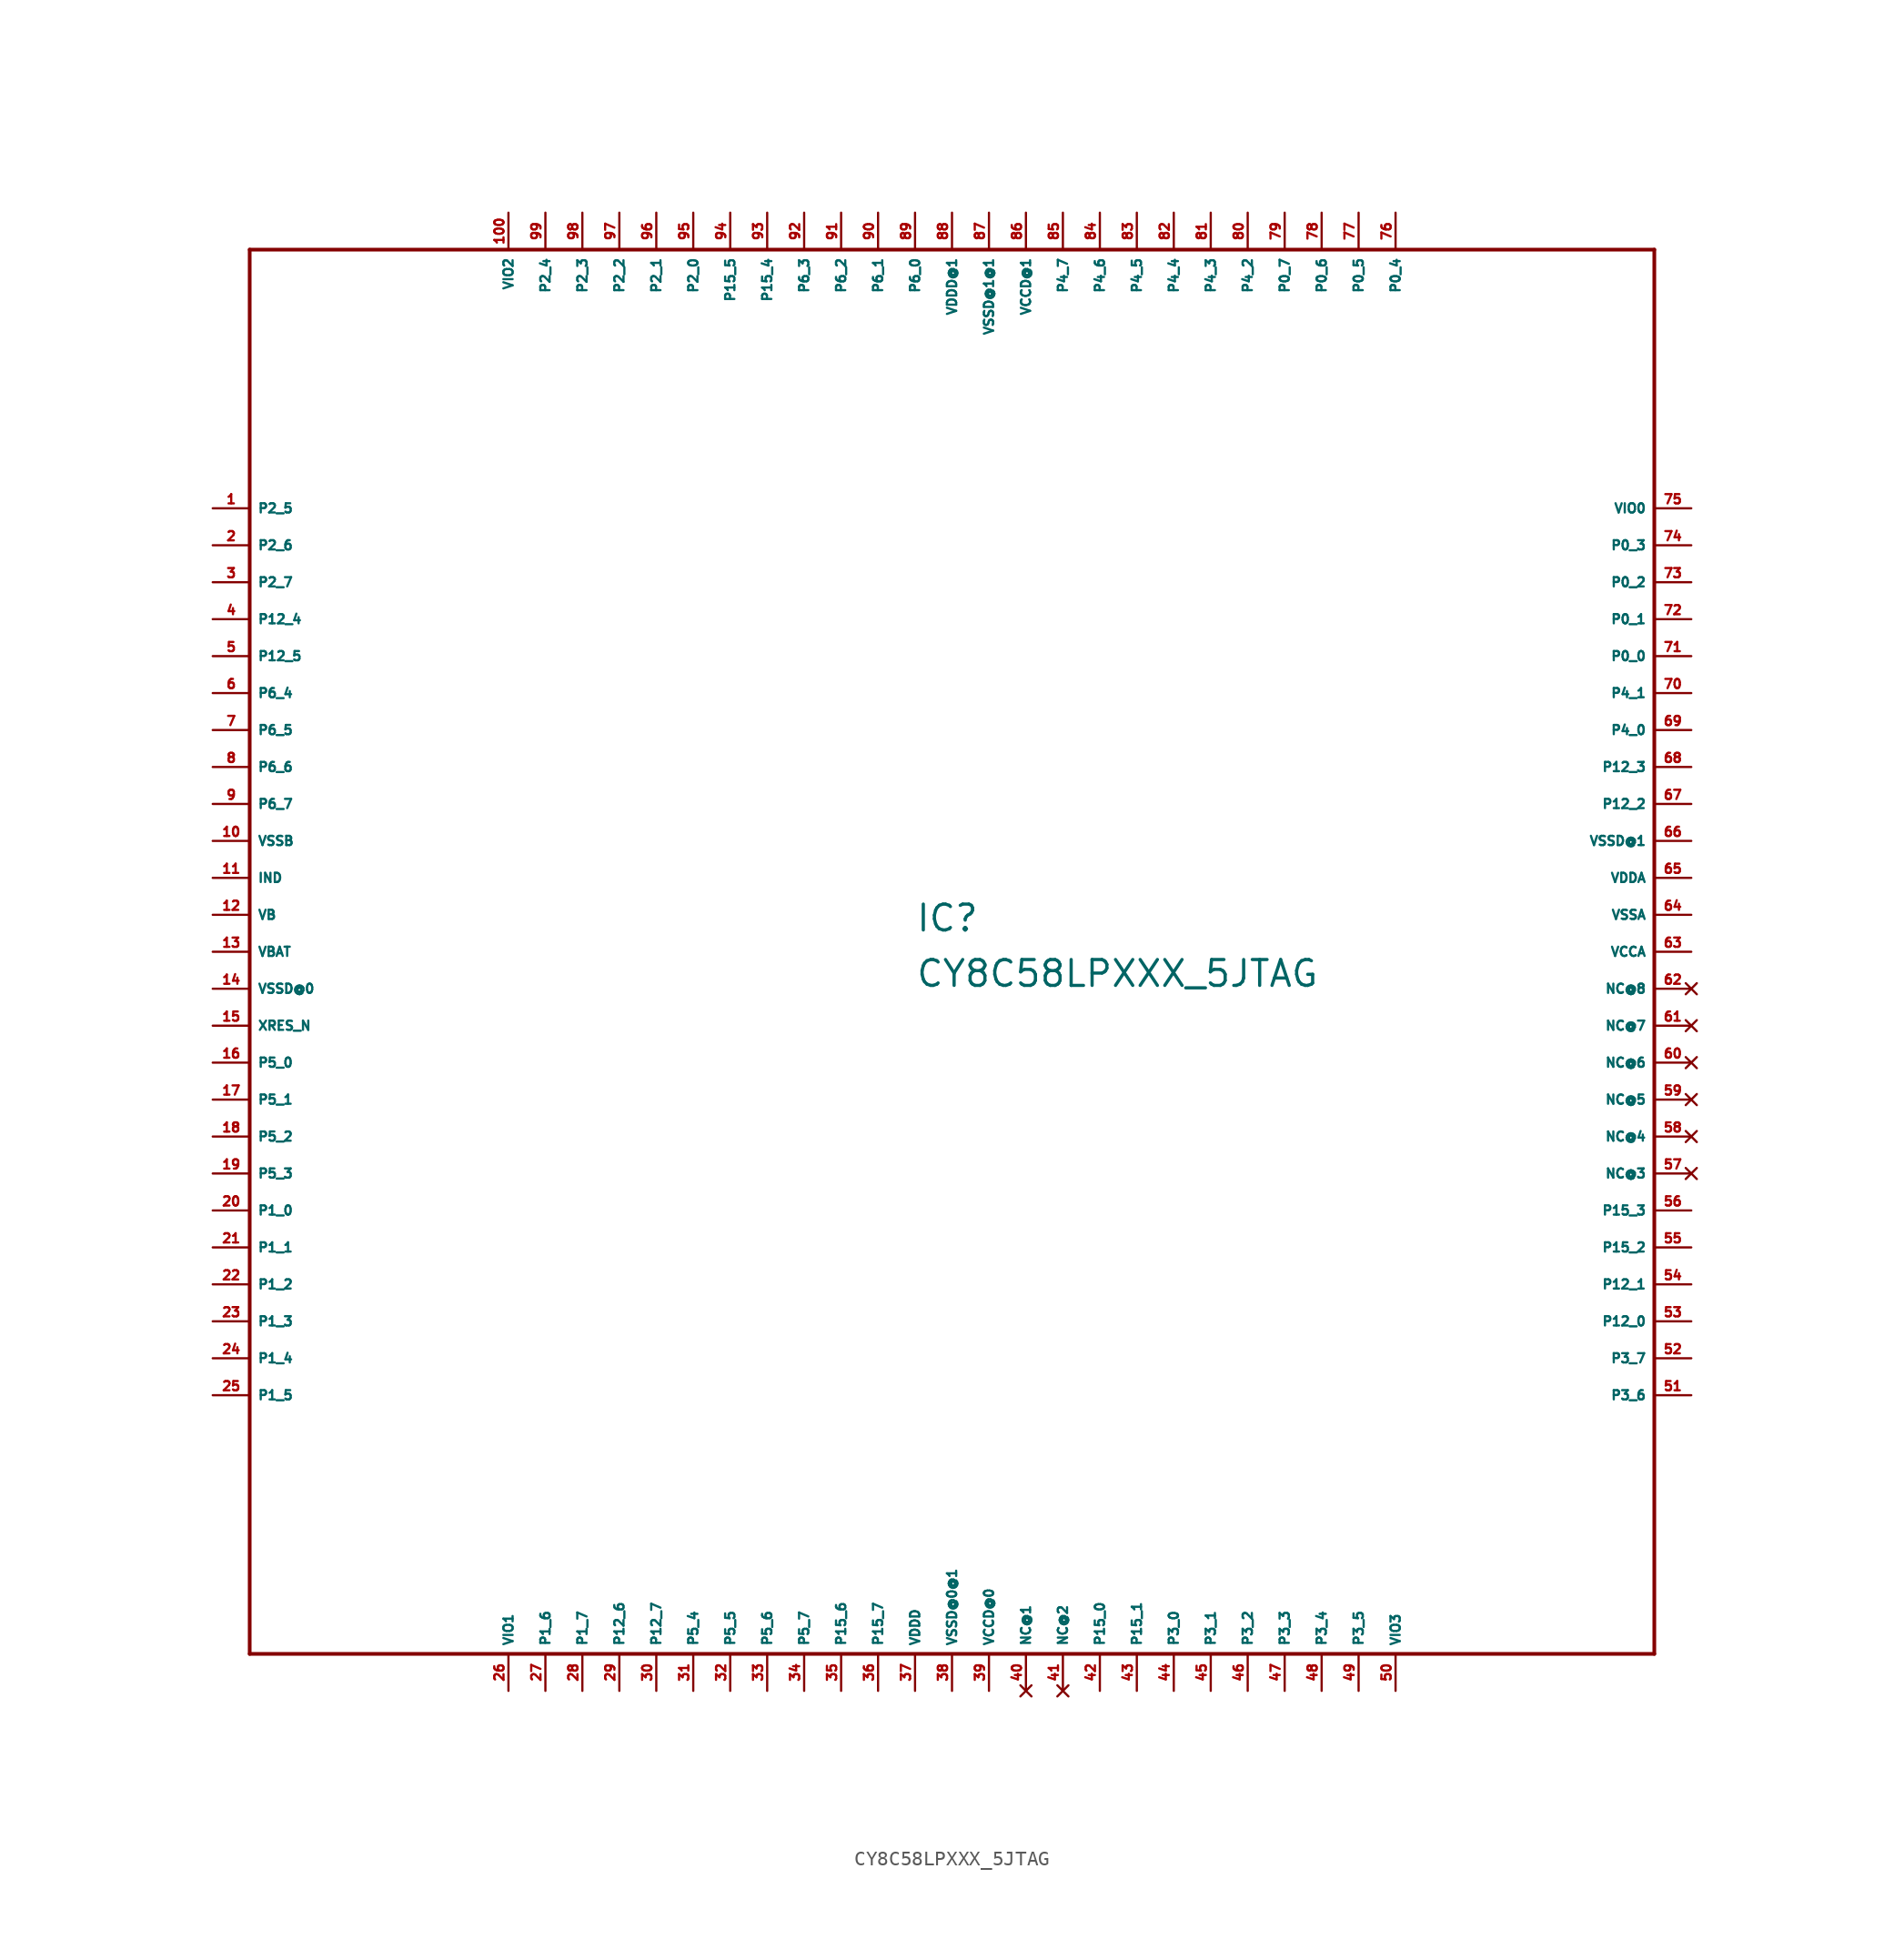
<source format=kicad_sym>
(kicad_symbol_lib
  (version 20220914)
  (generator Eagle2Kicad)
  (symbol "CY8C58LPXXX_5JTAG"
    (property "Reference" "IC"
      (at -2.54 1.27 0)
      (effects (font (size 1.778 1.778) (thickness 0.22)) (justify left bottom)))
    (property "Value" "CY8C58LPXXX_5JTAG"
      (at -2.54 -2.54 0)
      (effects (font (size 1.778 1.778) (thickness 0.22)) (justify left bottom)))
    (polyline
      (pts (xy -48.26 -48.26) (xy 48.26 -48.26))
      (stroke (width 0.254) (type default))
      (fill (type none)))
    (polyline
      (pts (xy 48.26 -48.26) (xy 48.26 48.26))
      (stroke (width 0.254) (type default))
      (fill (type none)))
    (polyline
      (pts (xy 48.26 48.26) (xy -48.26 48.26))
      (stroke (width 0.254) (type default))
      (fill (type none)))
    (polyline
      (pts (xy -48.26 48.26) (xy -48.26 -48.26))
      (stroke (width 0.254) (type default))
      (fill (type none)))
    (pin bidirectional line
      (at -50.8 30.48 0)
      (length 2.54)
      (name "P2_5" (effects (font (size 0.635 0.635) (thickness 0.08)) (justify left bottom)))
      (number "1" (effects (font (size 0.635 0.635) (thickness 0.08)) (justify left bottom))))
    (pin bidirectional line
      (at -50.8 27.94 0)
      (length 2.54)
      (name "P2_6" (effects (font (size 0.635 0.635) (thickness 0.08)) (justify left bottom)))
      (number "2" (effects (font (size 0.635 0.635) (thickness 0.08)) (justify left bottom))))
    (pin bidirectional line
      (at -50.8 25.4 0)
      (length 2.54)
      (name "P2_7" (effects (font (size 0.635 0.635) (thickness 0.08)) (justify left bottom)))
      (number "3" (effects (font (size 0.635 0.635) (thickness 0.08)) (justify left bottom))))
    (pin bidirectional line
      (at -50.8 22.86 0)
      (length 2.54)
      (name "P12_4" (effects (font (size 0.635 0.635) (thickness 0.08)) (justify left bottom)))
      (number "4" (effects (font (size 0.635 0.635) (thickness 0.08)) (justify left bottom))))
    (pin bidirectional line
      (at -50.8 20.32 0)
      (length 2.54)
      (name "P12_5" (effects (font (size 0.635 0.635) (thickness 0.08)) (justify left bottom)))
      (number "5" (effects (font (size 0.635 0.635) (thickness 0.08)) (justify left bottom))))
    (pin bidirectional line
      (at -50.8 17.78 0)
      (length 2.54)
      (name "P6_4" (effects (font (size 0.635 0.635) (thickness 0.08)) (justify left bottom)))
      (number "6" (effects (font (size 0.635 0.635) (thickness 0.08)) (justify left bottom))))
    (pin bidirectional line
      (at -50.8 15.24 0)
      (length 2.54)
      (name "P6_5" (effects (font (size 0.635 0.635) (thickness 0.08)) (justify left bottom)))
      (number "7" (effects (font (size 0.635 0.635) (thickness 0.08)) (justify left bottom))))
    (pin bidirectional line
      (at -50.8 12.7 0)
      (length 2.54)
      (name "P6_6" (effects (font (size 0.635 0.635) (thickness 0.08)) (justify left bottom)))
      (number "8" (effects (font (size 0.635 0.635) (thickness 0.08)) (justify left bottom))))
    (pin bidirectional line
      (at -50.8 10.16 0)
      (length 2.54)
      (name "P6_7" (effects (font (size 0.635 0.635) (thickness 0.08)) (justify left bottom)))
      (number "9" (effects (font (size 0.635 0.635) (thickness 0.08)) (justify left bottom))))
    (pin unspecified line
      (at -50.8 7.62 0)
      (length 2.54)
      (name "VSSB" (effects (font (size 0.635 0.635) (thickness 0.08)) (justify left bottom)))
      (number "10" (effects (font (size 0.635 0.635) (thickness 0.08)) (justify left bottom))))
    (pin passive line
      (at -50.8 5.08 0)
      (length 2.54)
      (name "IND" (effects (font (size 0.635 0.635) (thickness 0.08)) (justify left bottom)))
      (number "11" (effects (font (size 0.635 0.635) (thickness 0.08)) (justify left bottom))))
    (pin passive line
      (at -50.8 2.54 0)
      (length 2.54)
      (name "VB" (effects (font (size 0.635 0.635) (thickness 0.08)) (justify left bottom)))
      (number "12" (effects (font (size 0.635 0.635) (thickness 0.08)) (justify left bottom))))
    (pin passive line
      (at -50.8 0 0)
      (length 2.54)
      (name "VBAT" (effects (font (size 0.635 0.635) (thickness 0.08)) (justify left bottom)))
      (number "13" (effects (font (size 0.635 0.635) (thickness 0.08)) (justify left bottom))))
    (pin unspecified line
      (at -50.8 -2.54 0)
      (length 2.54)
      (name "VSSD@0" (effects (font (size 0.635 0.635) (thickness 0.08)) (justify left bottom)))
      (number "14" (effects (font (size 0.635 0.635) (thickness 0.08)) (justify left bottom))))
    (pin input line
      (at -50.8 -5.08 0)
      (length 2.54)
      (name "XRES_N" (effects (font (size 0.635 0.635) (thickness 0.08)) (justify left bottom)))
      (number "15" (effects (font (size 0.635 0.635) (thickness 0.08)) (justify left bottom))))
    (pin bidirectional line
      (at -50.8 -7.62 0)
      (length 2.54)
      (name "P5_0" (effects (font (size 0.635 0.635) (thickness 0.08)) (justify left bottom)))
      (number "16" (effects (font (size 0.635 0.635) (thickness 0.08)) (justify left bottom))))
    (pin bidirectional line
      (at -50.8 -10.16 0)
      (length 2.54)
      (name "P5_1" (effects (font (size 0.635 0.635) (thickness 0.08)) (justify left bottom)))
      (number "17" (effects (font (size 0.635 0.635) (thickness 0.08)) (justify left bottom))))
    (pin bidirectional line
      (at -50.8 -12.7 0)
      (length 2.54)
      (name "P5_2" (effects (font (size 0.635 0.635) (thickness 0.08)) (justify left bottom)))
      (number "18" (effects (font (size 0.635 0.635) (thickness 0.08)) (justify left bottom))))
    (pin bidirectional line
      (at -50.8 -15.24 0)
      (length 2.54)
      (name "P5_3" (effects (font (size 0.635 0.635) (thickness 0.08)) (justify left bottom)))
      (number "19" (effects (font (size 0.635 0.635) (thickness 0.08)) (justify left bottom))))
    (pin input line
      (at -50.8 -17.78 0)
      (length 2.54)
      (name "P1_0" (effects (font (size 0.635 0.635) (thickness 0.08)) (justify left bottom)))
      (number "20" (effects (font (size 0.635 0.635) (thickness 0.08)) (justify left bottom))))
    (pin input line
      (at -50.8 -20.32 0)
      (length 2.54)
      (name "P1_1" (effects (font (size 0.635 0.635) (thickness 0.08)) (justify left bottom)))
      (number "21" (effects (font (size 0.635 0.635) (thickness 0.08)) (justify left bottom))))
    (pin bidirectional line
      (at -50.8 -22.86 0)
      (length 2.54)
      (name "P1_2" (effects (font (size 0.635 0.635) (thickness 0.08)) (justify left bottom)))
      (number "22" (effects (font (size 0.635 0.635) (thickness 0.08)) (justify left bottom))))
    (pin output line
      (at -50.8 -25.4 0)
      (length 2.54)
      (name "P1_3" (effects (font (size 0.635 0.635) (thickness 0.08)) (justify left bottom)))
      (number "23" (effects (font (size 0.635 0.635) (thickness 0.08)) (justify left bottom))))
    (pin input line
      (at -50.8 -27.94 0)
      (length 2.54)
      (name "P1_4" (effects (font (size 0.635 0.635) (thickness 0.08)) (justify left bottom)))
      (number "24" (effects (font (size 0.635 0.635) (thickness 0.08)) (justify left bottom))))
    (pin input line
      (at -50.8 -30.48 0)
      (length 2.54)
      (name "P1_5" (effects (font (size 0.635 0.635) (thickness 0.08)) (justify left bottom)))
      (number "25" (effects (font (size 0.635 0.635) (thickness 0.08)) (justify left bottom))))
    (pin passive line
      (at -30.48 -50.8 90)
      (length 2.54)
      (name "VIO1" (effects (font (size 0.635 0.635) (thickness 0.08)) (justify left bottom)))
      (number "26" (effects (font (size 0.635 0.635) (thickness 0.08)) (justify left bottom))))
    (pin bidirectional line
      (at -27.94 -50.8 90)
      (length 2.54)
      (name "P1_6" (effects (font (size 0.635 0.635) (thickness 0.08)) (justify left bottom)))
      (number "27" (effects (font (size 0.635 0.635) (thickness 0.08)) (justify left bottom))))
    (pin bidirectional line
      (at -25.4 -50.8 90)
      (length 2.54)
      (name "P1_7" (effects (font (size 0.635 0.635) (thickness 0.08)) (justify left bottom)))
      (number "28" (effects (font (size 0.635 0.635) (thickness 0.08)) (justify left bottom))))
    (pin bidirectional line
      (at -22.86 -50.8 90)
      (length 2.54)
      (name "P12_6" (effects (font (size 0.635 0.635) (thickness 0.08)) (justify left bottom)))
      (number "29" (effects (font (size 0.635 0.635) (thickness 0.08)) (justify left bottom))))
    (pin bidirectional line
      (at -20.32 -50.8 90)
      (length 2.54)
      (name "P12_7" (effects (font (size 0.635 0.635) (thickness 0.08)) (justify left bottom)))
      (number "30" (effects (font (size 0.635 0.635) (thickness 0.08)) (justify left bottom))))
    (pin bidirectional line
      (at -17.78 -50.8 90)
      (length 2.54)
      (name "P5_4" (effects (font (size 0.635 0.635) (thickness 0.08)) (justify left bottom)))
      (number "31" (effects (font (size 0.635 0.635) (thickness 0.08)) (justify left bottom))))
    (pin bidirectional line
      (at -15.24 -50.8 90)
      (length 2.54)
      (name "P5_5" (effects (font (size 0.635 0.635) (thickness 0.08)) (justify left bottom)))
      (number "32" (effects (font (size 0.635 0.635) (thickness 0.08)) (justify left bottom))))
    (pin bidirectional line
      (at -12.7 -50.8 90)
      (length 2.54)
      (name "P5_6" (effects (font (size 0.635 0.635) (thickness 0.08)) (justify left bottom)))
      (number "33" (effects (font (size 0.635 0.635) (thickness 0.08)) (justify left bottom))))
    (pin bidirectional line
      (at -10.16 -50.8 90)
      (length 2.54)
      (name "P5_7" (effects (font (size 0.635 0.635) (thickness 0.08)) (justify left bottom)))
      (number "34" (effects (font (size 0.635 0.635) (thickness 0.08)) (justify left bottom))))
    (pin tri_state line
      (at -7.62 -50.8 90)
      (length 2.54)
      (name "P15_6" (effects (font (size 0.635 0.635) (thickness 0.08)) (justify left bottom)))
      (number "35" (effects (font (size 0.635 0.635) (thickness 0.08)) (justify left bottom))))
    (pin tri_state line
      (at -5.08 -50.8 90)
      (length 2.54)
      (name "P15_7" (effects (font (size 0.635 0.635) (thickness 0.08)) (justify left bottom)))
      (number "36" (effects (font (size 0.635 0.635) (thickness 0.08)) (justify left bottom))))
    (pin unspecified line
      (at -2.54 -50.8 90)
      (length 2.54)
      (name "VDDD" (effects (font (size 0.635 0.635) (thickness 0.08)) (justify left bottom)))
      (number "37" (effects (font (size 0.635 0.635) (thickness 0.08)) (justify left bottom))))
    (pin unspecified line
      (at 0 -50.8 90)
      (length 2.54)
      (name "VSSD@0@1" (effects (font (size 0.635 0.635) (thickness 0.08)) (justify left bottom)))
      (number "38" (effects (font (size 0.635 0.635) (thickness 0.08)) (justify left bottom))))
    (pin unspecified line
      (at 2.54 -50.8 90)
      (length 2.54)
      (name "VCCD@0" (effects (font (size 0.635 0.635) (thickness 0.08)) (justify left bottom)))
      (number "39" (effects (font (size 0.635 0.635) (thickness 0.08)) (justify left bottom))))
    (pin bidirectional line
      (at 10.16 -50.8 90)
      (length 2.54)
      (name "P15_0" (effects (font (size 0.635 0.635) (thickness 0.08)) (justify left bottom)))
      (number "42" (effects (font (size 0.635 0.635) (thickness 0.08)) (justify left bottom))))
    (pin bidirectional line
      (at 12.7 -50.8 90)
      (length 2.54)
      (name "P15_1" (effects (font (size 0.635 0.635) (thickness 0.08)) (justify left bottom)))
      (number "43" (effects (font (size 0.635 0.635) (thickness 0.08)) (justify left bottom))))
    (pin bidirectional line
      (at 15.24 -50.8 90)
      (length 2.54)
      (name "P3_0" (effects (font (size 0.635 0.635) (thickness 0.08)) (justify left bottom)))
      (number "44" (effects (font (size 0.635 0.635) (thickness 0.08)) (justify left bottom))))
    (pin bidirectional line
      (at 17.78 -50.8 90)
      (length 2.54)
      (name "P3_1" (effects (font (size 0.635 0.635) (thickness 0.08)) (justify left bottom)))
      (number "45" (effects (font (size 0.635 0.635) (thickness 0.08)) (justify left bottom))))
    (pin bidirectional line
      (at 20.32 -50.8 90)
      (length 2.54)
      (name "P3_2" (effects (font (size 0.635 0.635) (thickness 0.08)) (justify left bottom)))
      (number "46" (effects (font (size 0.635 0.635) (thickness 0.08)) (justify left bottom))))
    (pin bidirectional line
      (at 22.86 -50.8 90)
      (length 2.54)
      (name "P3_3" (effects (font (size 0.635 0.635) (thickness 0.08)) (justify left bottom)))
      (number "47" (effects (font (size 0.635 0.635) (thickness 0.08)) (justify left bottom))))
    (pin bidirectional line
      (at 25.4 -50.8 90)
      (length 2.54)
      (name "P3_4" (effects (font (size 0.635 0.635) (thickness 0.08)) (justify left bottom)))
      (number "48" (effects (font (size 0.635 0.635) (thickness 0.08)) (justify left bottom))))
    (pin bidirectional line
      (at 27.94 -50.8 90)
      (length 2.54)
      (name "P3_5" (effects (font (size 0.635 0.635) (thickness 0.08)) (justify left bottom)))
      (number "49" (effects (font (size 0.635 0.635) (thickness 0.08)) (justify left bottom))))
    (pin passive line
      (at 30.48 -50.8 90)
      (length 2.54)
      (name "VIO3" (effects (font (size 0.635 0.635) (thickness 0.08)) (justify left bottom)))
      (number "50" (effects (font (size 0.635 0.635) (thickness 0.08)) (justify left bottom))))
    (pin bidirectional line
      (at 50.8 -30.48 180)
      (length 2.54)
      (name "P3_6" (effects (font (size 0.635 0.635) (thickness 0.08)) (justify left bottom)))
      (number "51" (effects (font (size 0.635 0.635) (thickness 0.08)) (justify left bottom))))
    (pin bidirectional line
      (at 50.8 -27.94 180)
      (length 2.54)
      (name "P3_7" (effects (font (size 0.635 0.635) (thickness 0.08)) (justify left bottom)))
      (number "52" (effects (font (size 0.635 0.635) (thickness 0.08)) (justify left bottom))))
    (pin bidirectional line
      (at 50.8 -25.4 180)
      (length 2.54)
      (name "P12_0" (effects (font (size 0.635 0.635) (thickness 0.08)) (justify left bottom)))
      (number "53" (effects (font (size 0.635 0.635) (thickness 0.08)) (justify left bottom))))
    (pin bidirectional line
      (at 50.8 -22.86 180)
      (length 2.54)
      (name "P12_1" (effects (font (size 0.635 0.635) (thickness 0.08)) (justify left bottom)))
      (number "54" (effects (font (size 0.635 0.635) (thickness 0.08)) (justify left bottom))))
    (pin bidirectional line
      (at 50.8 -20.32 180)
      (length 2.54)
      (name "P15_2" (effects (font (size 0.635 0.635) (thickness 0.08)) (justify left bottom)))
      (number "55" (effects (font (size 0.635 0.635) (thickness 0.08)) (justify left bottom))))
    (pin bidirectional line
      (at 50.8 -17.78 180)
      (length 2.54)
      (name "P15_3" (effects (font (size 0.635 0.635) (thickness 0.08)) (justify left bottom)))
      (number "56" (effects (font (size 0.635 0.635) (thickness 0.08)) (justify left bottom))))
    (pin unspecified line
      (at 50.8 0 180)
      (length 2.54)
      (name "VCCA" (effects (font (size 0.635 0.635) (thickness 0.08)) (justify left bottom)))
      (number "63" (effects (font (size 0.635 0.635) (thickness 0.08)) (justify left bottom))))
    (pin unspecified line
      (at 50.8 2.54 180)
      (length 2.54)
      (name "VSSA" (effects (font (size 0.635 0.635) (thickness 0.08)) (justify left bottom)))
      (number "64" (effects (font (size 0.635 0.635) (thickness 0.08)) (justify left bottom))))
    (pin unspecified line
      (at 50.8 5.08 180)
      (length 2.54)
      (name "VDDA" (effects (font (size 0.635 0.635) (thickness 0.08)) (justify left bottom)))
      (number "65" (effects (font (size 0.635 0.635) (thickness 0.08)) (justify left bottom))))
    (pin unspecified line
      (at 50.8 7.62 180)
      (length 2.54)
      (name "VSSD@1" (effects (font (size 0.635 0.635) (thickness 0.08)) (justify left bottom)))
      (number "66" (effects (font (size 0.635 0.635) (thickness 0.08)) (justify left bottom))))
    (pin bidirectional line
      (at 50.8 10.16 180)
      (length 2.54)
      (name "P12_2" (effects (font (size 0.635 0.635) (thickness 0.08)) (justify left bottom)))
      (number "67" (effects (font (size 0.635 0.635) (thickness 0.08)) (justify left bottom))))
    (pin bidirectional line
      (at 50.8 12.7 180)
      (length 2.54)
      (name "P12_3" (effects (font (size 0.635 0.635) (thickness 0.08)) (justify left bottom)))
      (number "68" (effects (font (size 0.635 0.635) (thickness 0.08)) (justify left bottom))))
    (pin bidirectional line
      (at 50.8 15.24 180)
      (length 2.54)
      (name "P4_0" (effects (font (size 0.635 0.635) (thickness 0.08)) (justify left bottom)))
      (number "69" (effects (font (size 0.635 0.635) (thickness 0.08)) (justify left bottom))))
    (pin bidirectional line
      (at 50.8 17.78 180)
      (length 2.54)
      (name "P4_1" (effects (font (size 0.635 0.635) (thickness 0.08)) (justify left bottom)))
      (number "70" (effects (font (size 0.635 0.635) (thickness 0.08)) (justify left bottom))))
    (pin bidirectional line
      (at 50.8 20.32 180)
      (length 2.54)
      (name "P0_0" (effects (font (size 0.635 0.635) (thickness 0.08)) (justify left bottom)))
      (number "71" (effects (font (size 0.635 0.635) (thickness 0.08)) (justify left bottom))))
    (pin bidirectional line
      (at 50.8 22.86 180)
      (length 2.54)
      (name "P0_1" (effects (font (size 0.635 0.635) (thickness 0.08)) (justify left bottom)))
      (number "72" (effects (font (size 0.635 0.635) (thickness 0.08)) (justify left bottom))))
    (pin bidirectional line
      (at 50.8 25.4 180)
      (length 2.54)
      (name "P0_2" (effects (font (size 0.635 0.635) (thickness 0.08)) (justify left bottom)))
      (number "73" (effects (font (size 0.635 0.635) (thickness 0.08)) (justify left bottom))))
    (pin bidirectional line
      (at 50.8 27.94 180)
      (length 2.54)
      (name "P0_3" (effects (font (size 0.635 0.635) (thickness 0.08)) (justify left bottom)))
      (number "74" (effects (font (size 0.635 0.635) (thickness 0.08)) (justify left bottom))))
    (pin passive line
      (at 50.8 30.48 180)
      (length 2.54)
      (name "VIO0" (effects (font (size 0.635 0.635) (thickness 0.08)) (justify left bottom)))
      (number "75" (effects (font (size 0.635 0.635) (thickness 0.08)) (justify left bottom))))
    (pin bidirectional line
      (at 30.48 50.8 270)
      (length 2.54)
      (name "P0_4" (effects (font (size 0.635 0.635) (thickness 0.08)) (justify left bottom)))
      (number "76" (effects (font (size 0.635 0.635) (thickness 0.08)) (justify left bottom))))
    (pin bidirectional line
      (at 27.94 50.8 270)
      (length 2.54)
      (name "P0_5" (effects (font (size 0.635 0.635) (thickness 0.08)) (justify left bottom)))
      (number "77" (effects (font (size 0.635 0.635) (thickness 0.08)) (justify left bottom))))
    (pin bidirectional line
      (at 25.4 50.8 270)
      (length 2.54)
      (name "P0_6" (effects (font (size 0.635 0.635) (thickness 0.08)) (justify left bottom)))
      (number "78" (effects (font (size 0.635 0.635) (thickness 0.08)) (justify left bottom))))
    (pin bidirectional line
      (at 22.86 50.8 270)
      (length 2.54)
      (name "P0_7" (effects (font (size 0.635 0.635) (thickness 0.08)) (justify left bottom)))
      (number "79" (effects (font (size 0.635 0.635) (thickness 0.08)) (justify left bottom))))
    (pin bidirectional line
      (at 20.32 50.8 270)
      (length 2.54)
      (name "P4_2" (effects (font (size 0.635 0.635) (thickness 0.08)) (justify left bottom)))
      (number "80" (effects (font (size 0.635 0.635) (thickness 0.08)) (justify left bottom))))
    (pin bidirectional line
      (at 17.78 50.8 270)
      (length 2.54)
      (name "P4_3" (effects (font (size 0.635 0.635) (thickness 0.08)) (justify left bottom)))
      (number "81" (effects (font (size 0.635 0.635) (thickness 0.08)) (justify left bottom))))
    (pin bidirectional line
      (at 15.24 50.8 270)
      (length 2.54)
      (name "P4_4" (effects (font (size 0.635 0.635) (thickness 0.08)) (justify left bottom)))
      (number "82" (effects (font (size 0.635 0.635) (thickness 0.08)) (justify left bottom))))
    (pin bidirectional line
      (at 12.7 50.8 270)
      (length 2.54)
      (name "P4_5" (effects (font (size 0.635 0.635) (thickness 0.08)) (justify left bottom)))
      (number "83" (effects (font (size 0.635 0.635) (thickness 0.08)) (justify left bottom))))
    (pin bidirectional line
      (at 10.16 50.8 270)
      (length 2.54)
      (name "P4_6" (effects (font (size 0.635 0.635) (thickness 0.08)) (justify left bottom)))
      (number "84" (effects (font (size 0.635 0.635) (thickness 0.08)) (justify left bottom))))
    (pin bidirectional line
      (at 7.62 50.8 270)
      (length 2.54)
      (name "P4_7" (effects (font (size 0.635 0.635) (thickness 0.08)) (justify left bottom)))
      (number "85" (effects (font (size 0.635 0.635) (thickness 0.08)) (justify left bottom))))
    (pin unspecified line
      (at 5.08 50.8 270)
      (length 2.54)
      (name "VCCD@1" (effects (font (size 0.635 0.635) (thickness 0.08)) (justify left bottom)))
      (number "86" (effects (font (size 0.635 0.635) (thickness 0.08)) (justify left bottom))))
    (pin unspecified line
      (at 2.54 50.8 270)
      (length 2.54)
      (name "VSSD@1@1" (effects (font (size 0.635 0.635) (thickness 0.08)) (justify left bottom)))
      (number "87" (effects (font (size 0.635 0.635) (thickness 0.08)) (justify left bottom))))
    (pin unspecified line
      (at 0 50.8 270)
      (length 2.54)
      (name "VDDD@1" (effects (font (size 0.635 0.635) (thickness 0.08)) (justify left bottom)))
      (number "88" (effects (font (size 0.635 0.635) (thickness 0.08)) (justify left bottom))))
    (pin bidirectional line
      (at -2.54 50.8 270)
      (length 2.54)
      (name "P6_0" (effects (font (size 0.635 0.635) (thickness 0.08)) (justify left bottom)))
      (number "89" (effects (font (size 0.635 0.635) (thickness 0.08)) (justify left bottom))))
    (pin bidirectional line
      (at -5.08 50.8 270)
      (length 2.54)
      (name "P6_1" (effects (font (size 0.635 0.635) (thickness 0.08)) (justify left bottom)))
      (number "90" (effects (font (size 0.635 0.635) (thickness 0.08)) (justify left bottom))))
    (pin bidirectional line
      (at -7.62 50.8 270)
      (length 2.54)
      (name "P6_2" (effects (font (size 0.635 0.635) (thickness 0.08)) (justify left bottom)))
      (number "91" (effects (font (size 0.635 0.635) (thickness 0.08)) (justify left bottom))))
    (pin bidirectional line
      (at -10.16 50.8 270)
      (length 2.54)
      (name "P6_3" (effects (font (size 0.635 0.635) (thickness 0.08)) (justify left bottom)))
      (number "92" (effects (font (size 0.635 0.635) (thickness 0.08)) (justify left bottom))))
    (pin bidirectional line
      (at -12.7 50.8 270)
      (length 2.54)
      (name "P15_4" (effects (font (size 0.635 0.635) (thickness 0.08)) (justify left bottom)))
      (number "93" (effects (font (size 0.635 0.635) (thickness 0.08)) (justify left bottom))))
    (pin bidirectional line
      (at -15.24 50.8 270)
      (length 2.54)
      (name "P15_5" (effects (font (size 0.635 0.635) (thickness 0.08)) (justify left bottom)))
      (number "94" (effects (font (size 0.635 0.635) (thickness 0.08)) (justify left bottom))))
    (pin bidirectional line
      (at -17.78 50.8 270)
      (length 2.54)
      (name "P2_0" (effects (font (size 0.635 0.635) (thickness 0.08)) (justify left bottom)))
      (number "95" (effects (font (size 0.635 0.635) (thickness 0.08)) (justify left bottom))))
    (pin bidirectional line
      (at -20.32 50.8 270)
      (length 2.54)
      (name "P2_1" (effects (font (size 0.635 0.635) (thickness 0.08)) (justify left bottom)))
      (number "96" (effects (font (size 0.635 0.635) (thickness 0.08)) (justify left bottom))))
    (pin bidirectional line
      (at -22.86 50.8 270)
      (length 2.54)
      (name "P2_2" (effects (font (size 0.635 0.635) (thickness 0.08)) (justify left bottom)))
      (number "97" (effects (font (size 0.635 0.635) (thickness 0.08)) (justify left bottom))))
    (pin bidirectional line
      (at -25.4 50.8 270)
      (length 2.54)
      (name "P2_3" (effects (font (size 0.635 0.635) (thickness 0.08)) (justify left bottom)))
      (number "98" (effects (font (size 0.635 0.635) (thickness 0.08)) (justify left bottom))))
    (pin bidirectional line
      (at -27.94 50.8 270)
      (length 2.54)
      (name "P2_4" (effects (font (size 0.635 0.635) (thickness 0.08)) (justify left bottom)))
      (number "99" (effects (font (size 0.635 0.635) (thickness 0.08)) (justify left bottom))))
    (pin passive line
      (at -30.48 50.8 270)
      (length 2.54)
      (name "VIO2" (effects (font (size 0.635 0.635) (thickness 0.08)) (justify left bottom)))
      (number "100" (effects (font (size 0.635 0.635) (thickness 0.08)) (justify left bottom))))
    (pin no_connect line
      (at 5.08 -50.8 90)
      (length 2.54)
      (name "NC@1" (effects (font (size 0.635 0.635) (thickness 0.08)) (justify left bottom) hide))
      (number "40" (effects (font (size 0.635 0.635) (thickness 0.08)) (justify left bottom) hide)))
    (pin no_connect line
      (at 7.62 -50.8 90)
      (length 2.54)
      (name "NC@2" (effects (font (size 0.635 0.635) (thickness 0.08)) (justify left bottom) hide))
      (number "41" (effects (font (size 0.635 0.635) (thickness 0.08)) (justify left bottom) hide)))
    (pin no_connect line
      (at 50.8 -15.24 180)
      (length 2.54)
      (name "NC@3" (effects (font (size 0.635 0.635) (thickness 0.08)) (justify left bottom) hide))
      (number "57" (effects (font (size 0.635 0.635) (thickness 0.08)) (justify left bottom) hide)))
    (pin no_connect line
      (at 50.8 -12.7 180)
      (length 2.54)
      (name "NC@4" (effects (font (size 0.635 0.635) (thickness 0.08)) (justify left bottom) hide))
      (number "58" (effects (font (size 0.635 0.635) (thickness 0.08)) (justify left bottom) hide)))
    (pin no_connect line
      (at 50.8 -10.16 180)
      (length 2.54)
      (name "NC@5" (effects (font (size 0.635 0.635) (thickness 0.08)) (justify left bottom) hide))
      (number "59" (effects (font (size 0.635 0.635) (thickness 0.08)) (justify left bottom) hide)))
    (pin no_connect line
      (at 50.8 -7.62 180)
      (length 2.54)
      (name "NC@6" (effects (font (size 0.635 0.635) (thickness 0.08)) (justify left bottom) hide))
      (number "60" (effects (font (size 0.635 0.635) (thickness 0.08)) (justify left bottom) hide)))
    (pin no_connect line
      (at 50.8 -5.08 180)
      (length 2.54)
      (name "NC@7" (effects (font (size 0.635 0.635) (thickness 0.08)) (justify left bottom) hide))
      (number "61" (effects (font (size 0.635 0.635) (thickness 0.08)) (justify left bottom) hide)))
    (pin no_connect line
      (at 50.8 -2.54 180)
      (length 2.54)
      (name "NC@8" (effects (font (size 0.635 0.635) (thickness 0.08)) (justify left bottom) hide))
      (number "62" (effects (font (size 0.635 0.635) (thickness 0.08)) (justify left bottom) hide)))))
</source>
